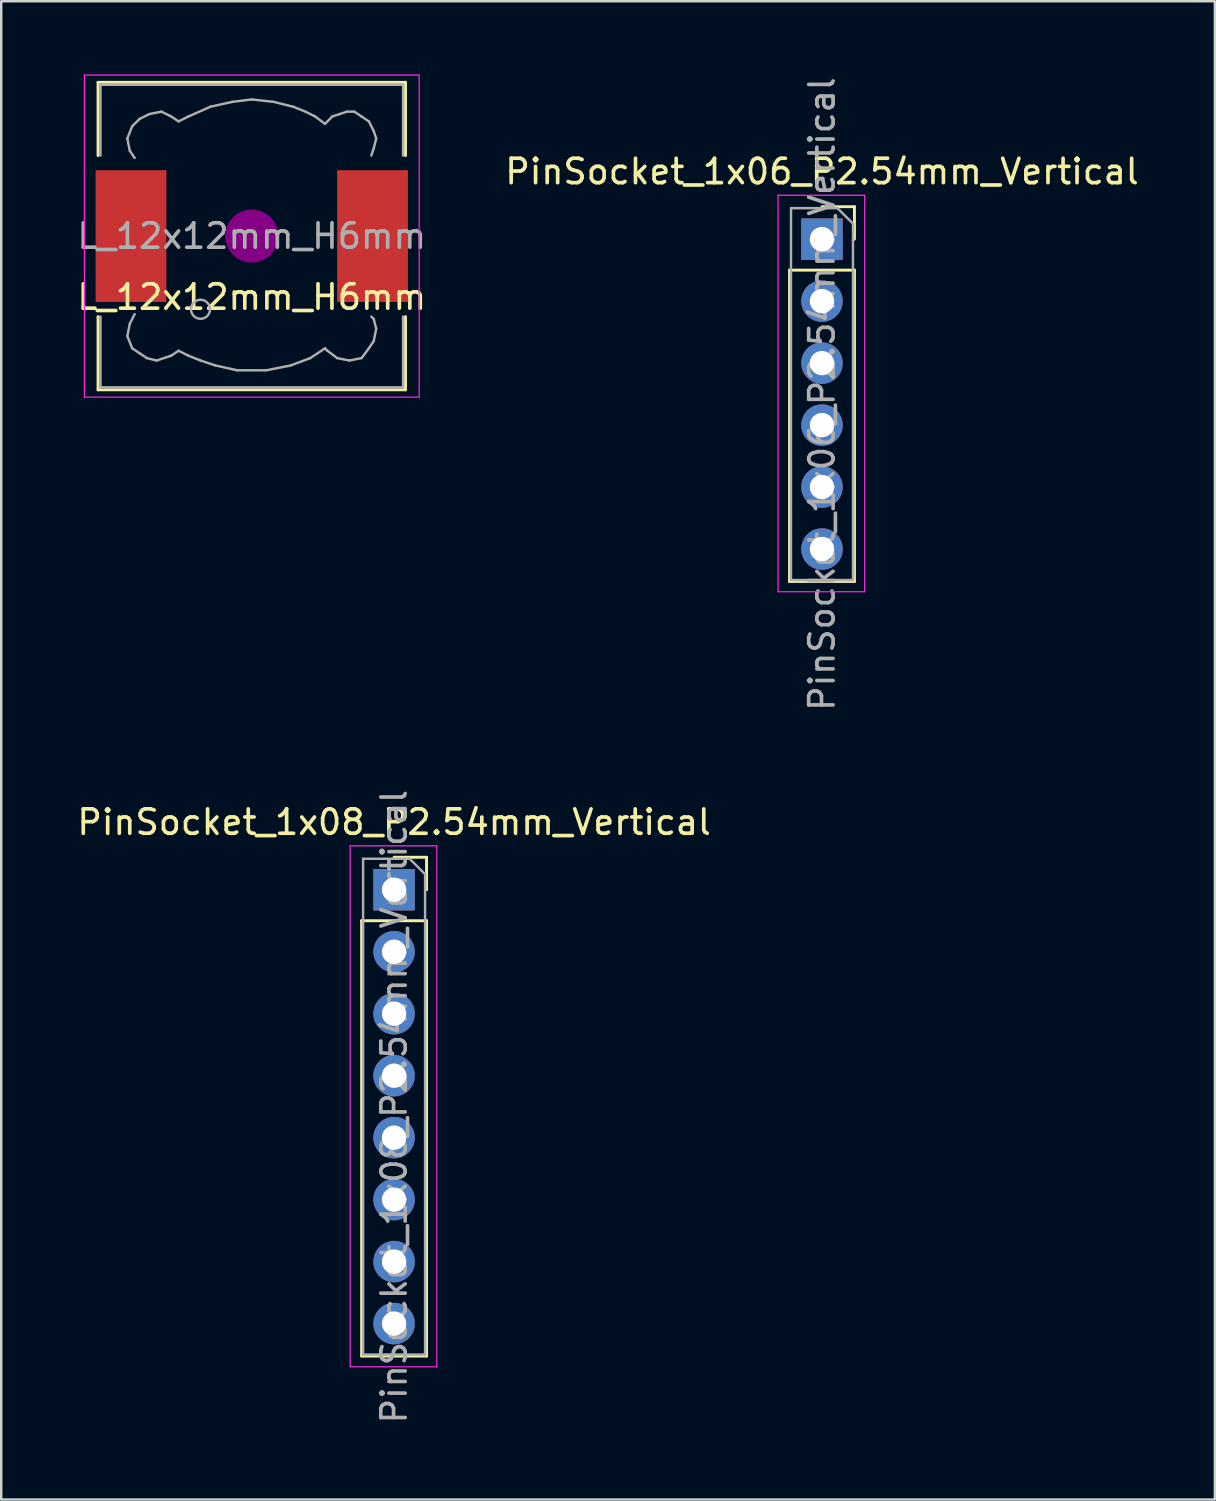
<source format=kicad_pcb>
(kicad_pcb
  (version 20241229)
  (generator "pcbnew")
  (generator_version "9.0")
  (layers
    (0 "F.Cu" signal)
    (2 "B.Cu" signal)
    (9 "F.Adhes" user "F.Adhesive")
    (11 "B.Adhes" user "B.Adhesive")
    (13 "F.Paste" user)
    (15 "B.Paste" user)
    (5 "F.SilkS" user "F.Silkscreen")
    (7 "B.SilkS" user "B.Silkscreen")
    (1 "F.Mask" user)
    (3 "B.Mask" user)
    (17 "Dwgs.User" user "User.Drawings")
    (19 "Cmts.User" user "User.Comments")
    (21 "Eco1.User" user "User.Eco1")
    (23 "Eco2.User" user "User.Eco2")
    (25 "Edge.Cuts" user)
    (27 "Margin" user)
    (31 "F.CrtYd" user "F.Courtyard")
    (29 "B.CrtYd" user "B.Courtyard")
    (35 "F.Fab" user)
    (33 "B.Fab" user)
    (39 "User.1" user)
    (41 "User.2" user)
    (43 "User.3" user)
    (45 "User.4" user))
  (footprint "PinSocket_1x08_P2.54mm_Vertical"
    (layer "F.Cu")
    (at 13.101 33.414)
    (property "Reference" "PinSocket_1x08_P2.54mm_Vertical" (at 0 -2.77 0) (layer "F.SilkS") (effects (font (size 1 1) (thickness 0.15))))
    (attr through_hole)
    (fp_line (start -1.33 1.27) (end -1.33 19.11) (stroke (width 0.12) (type solid)) (layer "F.SilkS"))
    (fp_line (start -1.33 1.27) (end 1.33 1.27) (stroke (width 0.12) (type solid)) (layer "F.SilkS"))
    (fp_line (start -1.33 19.11) (end 1.33 19.11) (stroke (width 0.12) (type solid)) (layer "F.SilkS"))
    (fp_line (start 0 -1.33) (end 1.33 -1.33) (stroke (width 0.12) (type solid)) (layer "F.SilkS"))
    (fp_line (start 1.33 -1.33) (end 1.33 0) (stroke (width 0.12) (type solid)) (layer "F.SilkS"))
    (fp_line (start 1.33 1.27) (end 1.33 19.11) (stroke (width 0.12) (type solid)) (layer "F.SilkS"))
    (fp_line (start -1.8 -1.8) (end 1.75 -1.8) (stroke (width 0.05) (type solid)) (layer "F.CrtYd"))
    (fp_line (start -1.8 19.55) (end -1.8 -1.8) (stroke (width 0.05) (type solid)) (layer "F.CrtYd"))
    (fp_line (start 1.75 -1.8) (end 1.75 19.55) (stroke (width 0.05) (type solid)) (layer "F.CrtYd"))
    (fp_line (start 1.75 19.55) (end -1.8 19.55) (stroke (width 0.05) (type solid)) (layer "F.CrtYd"))
    (fp_line (start -1.27 -1.27) (end 0.635 -1.27) (stroke (width 0.1) (type solid)) (layer "F.Fab"))
    (fp_line (start -1.27 19.05) (end -1.27 -1.27) (stroke (width 0.1) (type solid)) (layer "F.Fab"))
    (fp_line (start 0.635 -1.27) (end 1.27 -0.635) (stroke (width 0.1) (type solid)) (layer "F.Fab"))
    (fp_line (start 1.27 -0.635) (end 1.27 19.05) (stroke (width 0.1) (type solid)) (layer "F.Fab"))
    (fp_line (start 1.27 19.05) (end -1.27 19.05) (stroke (width 0.1) (type solid)) (layer "F.Fab"))
    (fp_text user "${REFERENCE}" (at 0 8.89 90) (layer "F.Fab") (effects (font (size 1 1) (thickness 0.15))))
    (pad "1" thru_hole rect (at 0 0) (size 1.7 1.7) (drill 1) (layers "*.Cu" "*.Mask"))
    (pad "2" thru_hole oval (at 0 2.54) (size 1.7 1.7) (drill 1) (layers "*.Cu" "*.Mask"))
    (pad "3" thru_hole oval (at 0 5.08) (size 1.7 1.7) (drill 1) (layers "*.Cu" "*.Mask"))
    (pad "4" thru_hole oval (at 0 7.62) (size 1.7 1.7) (drill 1) (layers "*.Cu" "*.Mask"))
    (pad "5" thru_hole oval (at 0 10.16) (size 1.7 1.7) (drill 1) (layers "*.Cu" "*.Mask"))
    (pad "6" thru_hole oval (at 0 12.7) (size 1.7 1.7) (drill 1) (layers "*.Cu" "*.Mask"))
    (pad "7" thru_hole oval (at 0 15.24) (size 1.7 1.7) (drill 1) (layers "*.Cu" "*.Mask"))
    (pad "8" thru_hole oval (at 0 17.78) (size 1.7 1.7) (drill 1) (layers "*.Cu" "*.Mask")))
  (footprint "PinSocket_1x06_P2.54mm_Vertical"
    (layer "F.Cu")
    (at 30.637 6.751)
    (property "Reference" "PinSocket_1x06_P2.54mm_Vertical" (at 0 -2.77 0) (layer "F.SilkS") (effects (font (size 1 1) (thickness 0.15))))
    (attr through_hole)
    (fp_line (start -1.33 1.27) (end -1.33 14.03) (stroke (width 0.12) (type solid)) (layer "F.SilkS"))
    (fp_line (start -1.33 1.27) (end 1.33 1.27) (stroke (width 0.12) (type solid)) (layer "F.SilkS"))
    (fp_line (start -1.33 14.03) (end 1.33 14.03) (stroke (width 0.12) (type solid)) (layer "F.SilkS"))
    (fp_line (start 0 -1.33) (end 1.33 -1.33) (stroke (width 0.12) (type solid)) (layer "F.SilkS"))
    (fp_line (start 1.33 -1.33) (end 1.33 0) (stroke (width 0.12) (type solid)) (layer "F.SilkS"))
    (fp_line (start 1.33 1.27) (end 1.33 14.03) (stroke (width 0.12) (type solid)) (layer "F.SilkS"))
    (fp_line (start -1.8 -1.8) (end 1.75 -1.8) (stroke (width 0.05) (type solid)) (layer "F.CrtYd"))
    (fp_line (start -1.8 14.45) (end -1.8 -1.8) (stroke (width 0.05) (type solid)) (layer "F.CrtYd"))
    (fp_line (start 1.75 -1.8) (end 1.75 14.45) (stroke (width 0.05) (type solid)) (layer "F.CrtYd"))
    (fp_line (start 1.75 14.45) (end -1.8 14.45) (stroke (width 0.05) (type solid)) (layer "F.CrtYd"))
    (fp_line (start -1.27 -1.27) (end 0.635 -1.27) (stroke (width 0.1) (type solid)) (layer "F.Fab"))
    (fp_line (start -1.27 13.97) (end -1.27 -1.27) (stroke (width 0.1) (type solid)) (layer "F.Fab"))
    (fp_line (start 0.635 -1.27) (end 1.27 -0.635) (stroke (width 0.1) (type solid)) (layer "F.Fab"))
    (fp_line (start 1.27 -0.635) (end 1.27 13.97) (stroke (width 0.1) (type solid)) (layer "F.Fab"))
    (fp_line (start 1.27 13.97) (end -1.27 13.97) (stroke (width 0.1) (type solid)) (layer "F.Fab"))
    (fp_text user "${REFERENCE}" (at 0 6.35 90) (layer "F.Fab") (effects (font (size 1 1) (thickness 0.15))))
    (pad "1" thru_hole rect (at 0 0) (size 1.7 1.7) (drill 1) (layers "*.Cu" "*.Mask"))
    (pad "2" thru_hole oval (at 0 2.54) (size 1.7 1.7) (drill 1) (layers "*.Cu" "*.Mask"))
    (pad "3" thru_hole oval (at 0 5.08) (size 1.7 1.7) (drill 1) (layers "*.Cu" "*.Mask"))
    (pad "4" thru_hole oval (at 0 7.62) (size 1.7 1.7) (drill 1) (layers "*.Cu" "*.Mask"))
    (pad "5" thru_hole oval (at 0 10.16) (size 1.7 1.7) (drill 1) (layers "*.Cu" "*.Mask"))
    (pad "6" thru_hole oval (at 0 12.7) (size 1.7 1.7) (drill 1) (layers "*.Cu" "*.Mask")))
  (footprint "L_12x12mm_H6mm"
    (layer "F.Cu")
    (at 7.268 6.625)
    (property "Reference" "L_12x12mm_H6mm" (at 0 2.5 0) (layer "F.SilkS") (effects (font (size 1 1) (thickness 0.15))))
    (attr smd)
    (fp_line (start -6.3 -6.3) (end 6.3 -6.3) (stroke (width 0.12) (type solid)) (layer "F.SilkS"))
    (fp_line (start -6.3 -3.3) (end -6.3 -6.3) (stroke (width 0.12) (type solid)) (layer "F.SilkS"))
    (fp_line (start -6.3 6.3) (end -6.3 3.3) (stroke (width 0.12) (type solid)) (layer "F.SilkS"))
    (fp_line (start 6.3 -6.3) (end 6.3 -3.3) (stroke (width 0.12) (type solid)) (layer "F.SilkS"))
    (fp_line (start 6.3 3.3) (end 6.3 6.3) (stroke (width 0.12) (type solid)) (layer "F.SilkS"))
    (fp_line (start 6.3 6.3) (end -6.3 6.3) (stroke (width 0.12) (type solid)) (layer "F.SilkS"))
    (fp_circle (center 0 0) (end 0.15 0.15) (stroke (width 0.38) (type solid)) (fill no) (layer "F.Adhes"))
    (fp_circle (center 0 0) (end 0.55 0) (stroke (width 0.38) (type solid)) (fill no) (layer "F.Adhes"))
    (fp_circle (center 0 0) (end 0.9 0) (stroke (width 0.38) (type solid)) (fill no) (layer "F.Adhes"))
    (fp_line (start -6.86 -6.6) (end 6.86 -6.6) (stroke (width 0.05) (type solid)) (layer "F.CrtYd"))
    (fp_line (start -6.86 6.6) (end -6.86 -6.6) (stroke (width 0.05) (type solid)) (layer "F.CrtYd"))
    (fp_line (start 6.86 -6.6) (end 6.86 6.6) (stroke (width 0.05) (type solid)) (layer "F.CrtYd"))
    (fp_line (start 6.86 6.6) (end -6.86 6.6) (stroke (width 0.05) (type solid)) (layer "F.CrtYd"))
    (fp_line (start -6.2 -6.2) (end -6.2 -3.3) (stroke (width 0.1) (type solid)) (layer "F.Fab"))
    (fp_line (start -6.2 3.3) (end -6.2 6.2) (stroke (width 0.1) (type solid)) (layer "F.Fab"))
    (fp_line (start -6.2 6.2) (end 6.2 6.2) (stroke (width 0.1) (type solid)) (layer "F.Fab"))
    (fp_line (start -5.1 -4) (end -5 -3.5) (stroke (width 0.1) (type solid)) (layer "F.Fab"))
    (fp_line (start -5.1 4.1) (end -5 3.6) (stroke (width 0.1) (type solid)) (layer "F.Fab"))
    (fp_line (start -5 -3.5) (end -4.8 -3.2) (stroke (width 0.1) (type solid)) (layer "F.Fab"))
    (fp_line (start -5 3.6) (end -4.8 3.2) (stroke (width 0.1) (type solid)) (layer "F.Fab"))
    (fp_line (start -4.9 -4.5) (end -5.1 -4) (stroke (width 0.1) (type solid)) (layer "F.Fab"))
    (fp_line (start -4.9 4.6) (end -5.1 4.1) (stroke (width 0.1) (type solid)) (layer "F.Fab"))
    (fp_line (start -4.6 -4.8) (end -4.9 -4.5) (stroke (width 0.1) (type solid)) (layer "F.Fab"))
    (fp_line (start -4.6 4.8) (end -4.9 4.6) (stroke (width 0.1) (type solid)) (layer "F.Fab"))
    (fp_line (start -4.3 5) (end -4.6 4.8) (stroke (width 0.1) (type solid)) (layer "F.Fab"))
    (fp_line (start -4.2 -5) (end -4.6 -4.8) (stroke (width 0.1) (type solid)) (layer "F.Fab"))
    (fp_line (start -3.9 5.1) (end -4.3 5) (stroke (width 0.1) (type solid)) (layer "F.Fab"))
    (fp_line (start -3.7 -5.1) (end -4.2 -5) (stroke (width 0.1) (type solid)) (layer "F.Fab"))
    (fp_line (start -3.3 -4.9) (end -3.7 -5.1) (stroke (width 0.1) (type solid)) (layer "F.Fab"))
    (fp_line (start -3.3 4.9) (end -3.9 5.1) (stroke (width 0.1) (type solid)) (layer "F.Fab"))
    (fp_line (start -3 -4.7) (end -3.3 -4.9) (stroke (width 0.1) (type solid)) (layer "F.Fab"))
    (fp_line (start -3 4.7) (end -3.3 4.9) (stroke (width 0.1) (type solid)) (layer "F.Fab"))
    (fp_line (start -2.6 -4.9) (end -3 -4.7) (stroke (width 0.1) (type solid)) (layer "F.Fab"))
    (fp_line (start -2.6 4.9) (end -3 4.7) (stroke (width 0.1) (type solid)) (layer "F.Fab"))
    (fp_line (start -2.1 5.1) (end -2.6 4.9) (stroke (width 0.1) (type solid)) (layer "F.Fab"))
    (fp_line (start -1.7 -5.3) (end -2.6 -4.9) (stroke (width 0.1) (type solid)) (layer "F.Fab"))
    (fp_line (start -1.5 5.3) (end -2.1 5.1) (stroke (width 0.1) (type solid)) (layer "F.Fab"))
    (fp_line (start -0.8 -5.5) (end -1.7 -5.3) (stroke (width 0.1) (type solid)) (layer "F.Fab"))
    (fp_line (start -0.6 5.5) (end -1.5 5.3) (stroke (width 0.1) (type solid)) (layer "F.Fab"))
    (fp_line (start 0 -5.6) (end -0.8 -5.5) (stroke (width 0.1) (type solid)) (layer "F.Fab"))
    (fp_line (start 0.6 5.5) (end -0.6 5.5) (stroke (width 0.1) (type solid)) (layer "F.Fab"))
    (fp_line (start 0.9 -5.5) (end 0 -5.6) (stroke (width 0.1) (type solid)) (layer "F.Fab"))
    (fp_line (start 1.6 5.3) (end 0.6 5.5) (stroke (width 0.1) (type solid)) (layer "F.Fab"))
    (fp_line (start 1.7 -5.3) (end 0.9 -5.5) (stroke (width 0.1) (type solid)) (layer "F.Fab"))
    (fp_line (start 2.2 -5.1) (end 1.7 -5.3) (stroke (width 0.1) (type solid)) (layer "F.Fab"))
    (fp_line (start 2.4 5) (end 1.6 5.3) (stroke (width 0.1) (type solid)) (layer "F.Fab"))
    (fp_line (start 2.6 -4.9) (end 2.2 -5.1) (stroke (width 0.1) (type solid)) (layer "F.Fab"))
    (fp_line (start 3 -4.6) (end 2.6 -4.9) (stroke (width 0.1) (type solid)) (layer "F.Fab"))
    (fp_line (start 3 4.6) (end 2.4 5) (stroke (width 0.1) (type solid)) (layer "F.Fab"))
    (fp_line (start 3.1 4.7) (end 3 4.6) (stroke (width 0.1) (type solid)) (layer "F.Fab"))
    (fp_line (start 3.3 -4.9) (end 3 -4.6) (stroke (width 0.1) (type solid)) (layer "F.Fab"))
    (fp_line (start 3.5 5) (end 3.1 4.7) (stroke (width 0.1) (type solid)) (layer "F.Fab"))
    (fp_line (start 3.6 -5) (end 3.3 -4.9) (stroke (width 0.1) (type solid)) (layer "F.Fab"))
    (fp_line (start 3.9 -5.1) (end 3.6 -5) (stroke (width 0.1) (type solid)) (layer "F.Fab"))
    (fp_line (start 4 5.1) (end 3.5 5) (stroke (width 0.1) (type solid)) (layer "F.Fab"))
    (fp_line (start 4.2 -5.1) (end 3.9 -5.1) (stroke (width 0.1) (type solid)) (layer "F.Fab"))
    (fp_line (start 4.5 -4.9) (end 4.2 -5.1) (stroke (width 0.1) (type solid)) (layer "F.Fab"))
    (fp_line (start 4.5 5) (end 4 5.1) (stroke (width 0.1) (type solid)) (layer "F.Fab"))
    (fp_line (start 4.8 -4.7) (end 4.5 -4.9) (stroke (width 0.1) (type solid)) (layer "F.Fab"))
    (fp_line (start 4.8 4.6) (end 4.5 5) (stroke (width 0.1) (type solid)) (layer "F.Fab"))
    (fp_line (start 4.9 -3.3) (end 5 -3.6) (stroke (width 0.1) (type solid)) (layer "F.Fab"))
    (fp_line (start 4.9 3.3) (end 5 3.4) (stroke (width 0.1) (type solid)) (layer "F.Fab"))
    (fp_line (start 5 -4.3) (end 4.8 -4.7) (stroke (width 0.1) (type solid)) (layer "F.Fab"))
    (fp_line (start 5 -3.6) (end 5.1 -4) (stroke (width 0.1) (type solid)) (layer "F.Fab"))
    (fp_line (start 5 3.4) (end 5.1 3.8) (stroke (width 0.1) (type solid)) (layer "F.Fab"))
    (fp_line (start 5 4.3) (end 4.8 4.6) (stroke (width 0.1) (type solid)) (layer "F.Fab"))
    (fp_line (start 5.1 -4) (end 5 -4.3) (stroke (width 0.1) (type solid)) (layer "F.Fab"))
    (fp_line (start 5.1 3.8) (end 5 4.3) (stroke (width 0.1) (type solid)) (layer "F.Fab"))
    (fp_line (start 6.2 -6.2) (end -6.2 -6.2) (stroke (width 0.1) (type solid)) (layer "F.Fab"))
    (fp_line (start 6.2 -6.2) (end 6.2 -3.3) (stroke (width 0.1) (type solid)) (layer "F.Fab"))
    (fp_line (start 6.2 6.2) (end 6.2 3.3) (stroke (width 0.1) (type solid)) (layer "F.Fab"))
    (fp_circle (center -2.1 3) (end -1.8 3.25) (stroke (width 0.1) (type solid)) (fill no) (layer "F.Fab"))
    (fp_text user "${REFERENCE}" (at 0 0 0) (layer "F.Fab") (effects (font (size 1 1) (thickness 0.15))))
    (pad "1" smd rect (at -4.95 0) (size 2.9 5.4) (layers "F.Cu" "F.Mask" "F.Paste"))
    (pad "2" smd rect (at 4.95 0) (size 2.9 5.4) (layers "F.Cu" "F.Mask" "F.Paste")))
  (gr_rect
    (start -3 -3)
    (end 46.738 58.405)
    (stroke (width 0.1) (type default))
    (fill no)
    (layer "Edge.Cuts")))
</source>
